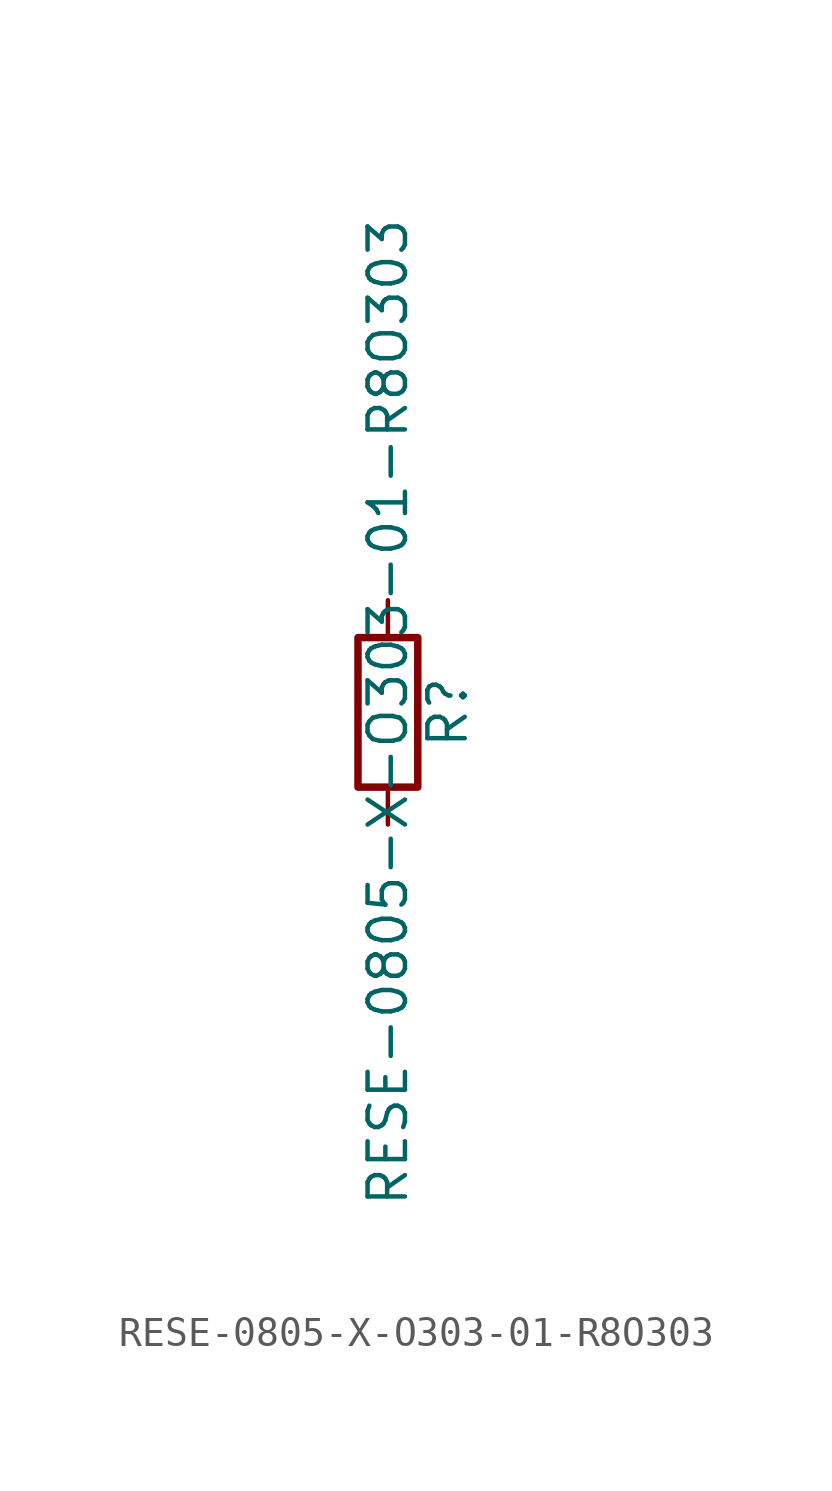
<source format=kicad_sym>
(kicad_symbol_lib
  (version 20211014)
  (generator kicad_symbol_editor)
  (symbol "RESE-0805-X-O303-01-R8O303"
    (pin_numbers hide)
    (pin_names
      (offset 0))
    (property "Reference" "R"
      (at 2.032 0 90)
      (effects (font (size 1.27 1.27))))
    (property "Value" "RESE-0805-X-O303-01-R8O303"
      (at 0 0 90)
      (effects (font (size 1.27 1.27))))
    (symbol "RESE-0805-X-O303-01-R8O303_0_1"
      (rectangle (start -1.016 -2.54) (end 1.016 2.54) (stroke (width 0.254) (type default) (color 0 0 0 0)) (fill (type none))))
    (symbol "RESE-0805-X-O303-01-R8O303_1_1"
      (pin passive line (at 0 3.81 270) (length 1.27) (name "~" (effects (font (size 1.27 1.27)))) (number "1" (effects (font (size 1.27 1.27)))))
      (pin passive line (at 0 -3.81 90) (length 1.27) (name "~" (effects (font (size 1.27 1.27)))) (number "2" (effects (font (size 1.27 1.27))))))))
</source>
